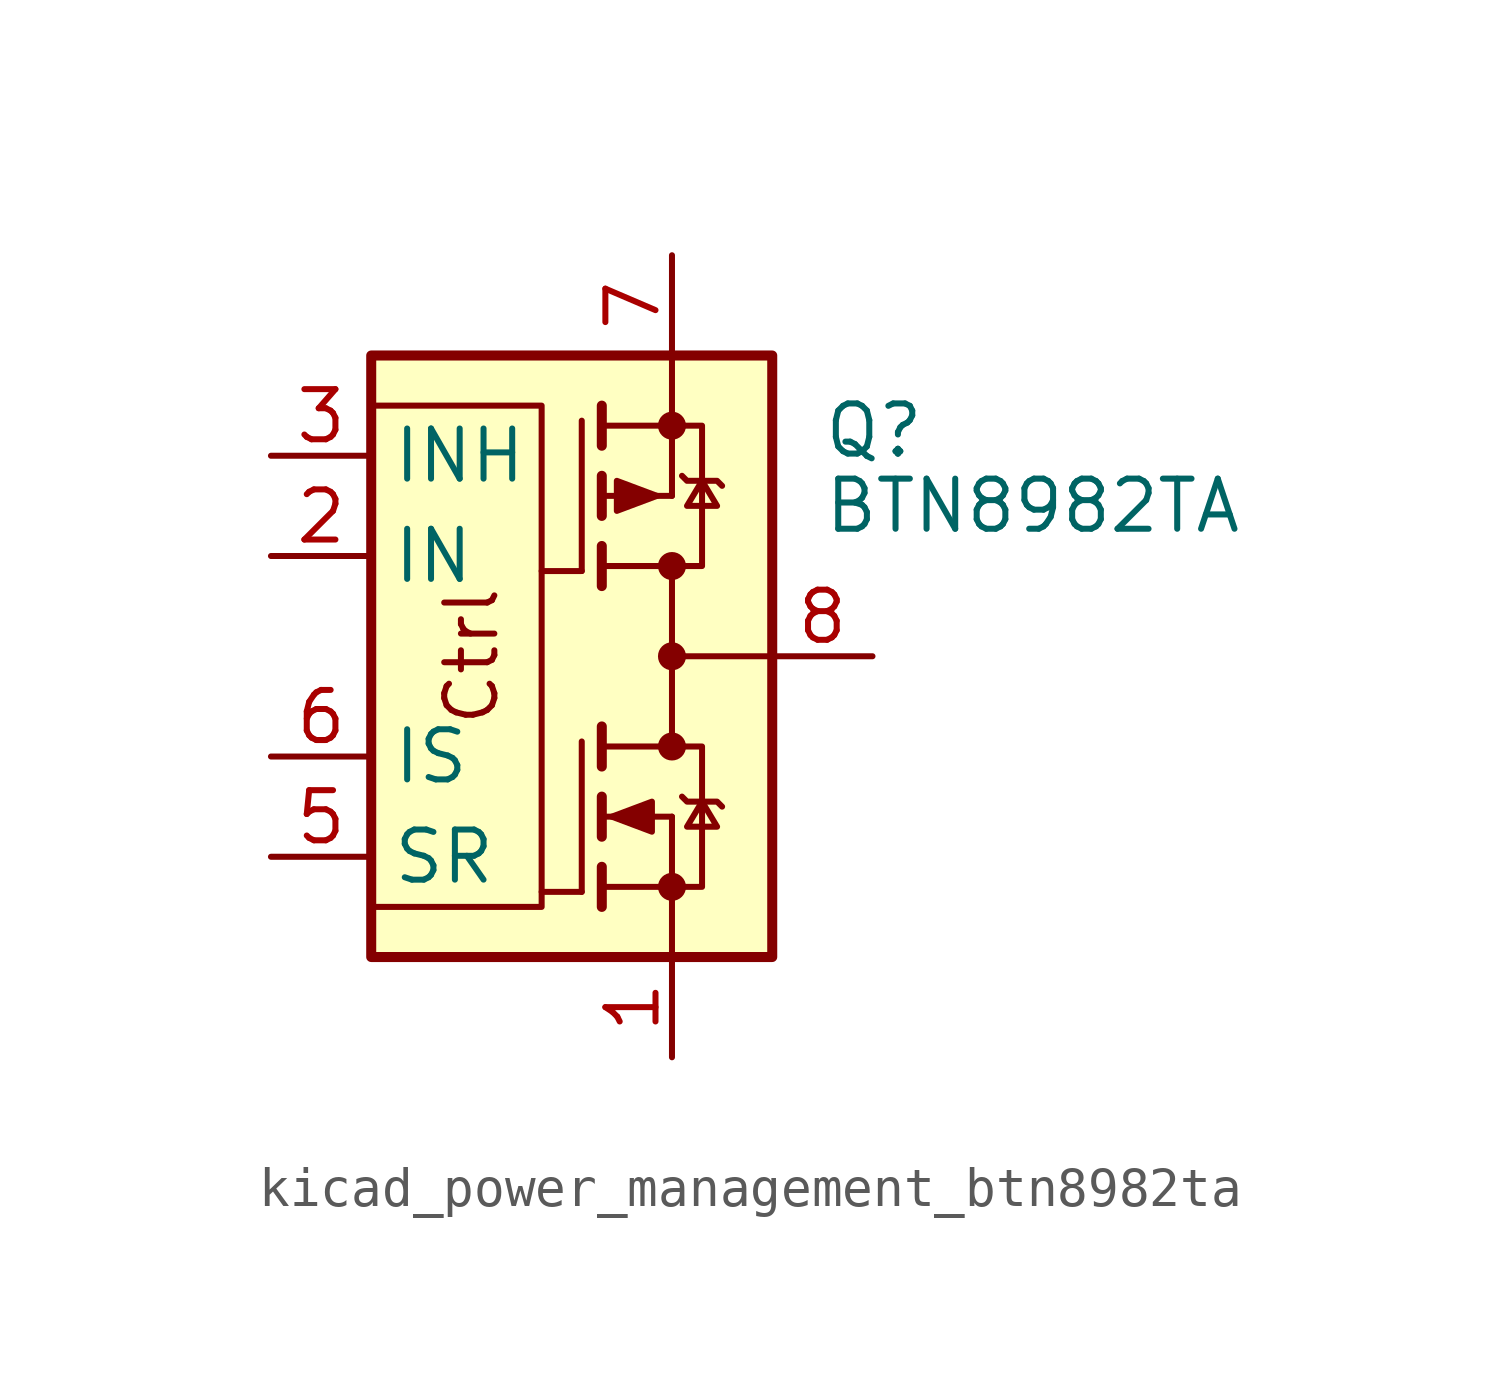
<source format=kicad_sym>
(kicad_symbol_lib
  (version 20220914)
  (generator kicad_symbol_editor)
  (symbol "kicad_power_management_btn8982ta"
    (property "Reference" "Q"
      (at 6.35 5.715 0)
      (effects (font (size 1.27 1.27)) (justify left)))
    (property "Value" "BTN8982TA"
      (at 6.35 3.81 0)
      (effects (font (size 1.27 1.27)) (justify left)))
    (symbol "kicad_power_management_btn8982ta_0_1"
      (rectangle (start -5.08 7.62) (end 5.08 -7.62) (stroke (width 0.254) (type default)) (fill (type background)))
      (polyline (pts (xy 0.254 -5.969) (xy -0.762 -5.969)) (stroke (width 0) (type default)) (fill (type none)))
      (polyline (pts (xy 0.254 2.159) (xy -0.762 2.159)) (stroke (width 0) (type default)) (fill (type none)))
      (polyline (pts (xy 2.54 0) (xy 5.08 0)) (stroke (width 0) (type default)) (fill (type none)))
      (polyline (pts (xy 2.54 2.286) (xy 2.54 -2.286)) (stroke (width 0) (type default)) (fill (type none)))
      (polyline (pts (xy 2.54 -5.842) (xy 2.54 -7.62) (xy 2.54 -6.858)) (stroke (width 0) (type default)) (fill (type none)))
      (polyline (pts (xy -5.08 6.35) (xy -0.762 6.35) (xy -0.762 -6.35) (xy -5.08 -6.35)) (stroke (width 0) (type default)) (fill (type none))))
    (symbol "kicad_power_management_btn8982ta_1_0"
      (text "Ctrl" (at -2.54 0 900) (effects (font (size 1.27 1.27)))))
    (symbol "kicad_power_management_btn8982ta_1_1"
      (polyline (pts (xy 0.762 -5.842) (xy 2.54 -5.842)) (stroke (width 0) (type default)) (fill (type none)))
      (polyline (pts (xy 0.762 -5.334) (xy 0.762 -6.35)) (stroke (width 0.254) (type default)) (fill (type none)))
      (polyline (pts (xy 0.762 -4.064) (xy 2.54 -4.064)) (stroke (width 0) (type default)) (fill (type none)))
      (polyline (pts (xy 0.762 -3.556) (xy 0.762 -4.572)) (stroke (width 0.254) (type default)) (fill (type none)))
      (polyline (pts (xy 0.762 -2.286) (xy 2.54 -2.286)) (stroke (width 0) (type default)) (fill (type none)))
      (polyline (pts (xy 0.762 -1.778) (xy 0.762 -2.794)) (stroke (width 0.254) (type default)) (fill (type none)))
      (polyline (pts (xy 0.762 2.286) (xy 2.54 2.286)) (stroke (width 0) (type default)) (fill (type none)))
      (polyline (pts (xy 0.762 2.794) (xy 0.762 1.778)) (stroke (width 0.254) (type default)) (fill (type none)))
      (polyline (pts (xy 0.762 4.064) (xy 2.54 4.064)) (stroke (width 0) (type default)) (fill (type none)))
      (polyline (pts (xy 0.762 4.572) (xy 0.762 3.556)) (stroke (width 0.254) (type default)) (fill (type none)))
      (polyline (pts (xy 0.762 5.842) (xy 2.54 5.842)) (stroke (width 0) (type default)) (fill (type none)))
      (polyline (pts (xy 0.762 6.35) (xy 0.762 5.334)) (stroke (width 0.254) (type default)) (fill (type none)))
      (polyline (pts (xy 2.54 -5.842) (xy 2.54 -4.064)) (stroke (width 0) (type default)) (fill (type none)))
      (polyline (pts (xy 2.54 4.064) (xy 2.54 5.842)) (stroke (width 0) (type default)) (fill (type none)))
      (polyline (pts (xy 2.54 7.62) (xy 2.54 5.842)) (stroke (width 0) (type default)) (fill (type none)))
      (polyline (pts (xy 0.254 -2.159) (xy 0.254 -5.969) (xy 0.254 -5.969)) (stroke (width 0) (type default)) (fill (type none)))
      (polyline (pts (xy 0.254 5.969) (xy 0.254 2.159) (xy 0.254 2.159)) (stroke (width 0) (type default)) (fill (type none)))
      (polyline (pts (xy 1.016 -4.064) (xy 2.032 -3.683) (xy 2.032 -4.445) (xy 1.016 -4.064)) (stroke (width 0) (type default)) (fill (type outline)))
      (polyline (pts (xy 2.159 4.064) (xy 1.143 3.683) (xy 1.143 4.445) (xy 2.159 4.064)) (stroke (width 0) (type default)) (fill (type outline)))
      (polyline (pts (xy 2.54 -5.842) (xy 3.302 -5.842) (xy 3.302 -2.286) (xy 2.54 -2.286)) (stroke (width 0) (type default)) (fill (type none)))
      (polyline (pts (xy 2.54 2.286) (xy 3.302 2.286) (xy 3.302 5.842) (xy 2.54 5.842)) (stroke (width 0) (type default)) (fill (type none)))
      (polyline (pts (xy 2.794 -3.556) (xy 2.921 -3.683) (xy 3.683 -3.683) (xy 3.81 -3.81)) (stroke (width 0) (type default)) (fill (type none)))
      (polyline (pts (xy 2.794 4.572) (xy 2.921 4.445) (xy 3.683 4.445) (xy 3.81 4.318)) (stroke (width 0) (type default)) (fill (type none)))
      (polyline (pts (xy 3.302 -3.683) (xy 2.921 -4.318) (xy 3.683 -4.318) (xy 3.302 -3.683)) (stroke (width 0) (type default)) (fill (type none)))
      (polyline (pts (xy 3.302 4.445) (xy 2.921 3.81) (xy 3.683 3.81) (xy 3.302 4.445)) (stroke (width 0) (type default)) (fill (type none)))
      (circle (center 2.54 -5.842) (radius 0.279) (stroke (width 0) (type default)) (fill (type outline)))
      (circle (center 2.54 -2.286) (radius 0.279) (stroke (width 0) (type default)) (fill (type outline)))
      (circle (center 2.54 0) (radius 0.279) (stroke (width 0) (type default)) (fill (type outline)))
      (circle (center 2.54 2.286) (radius 0.279) (stroke (width 0) (type default)) (fill (type outline)))
      (circle (center 2.54 5.842) (radius 0.279) (stroke (width 0) (type default)) (fill (type outline)))
      (pin power_in line (at 2.54 -10.16 90) (length 2.54) (name "~" (effects (font (size 1.27 1.27)))) (number "1" (effects (font (size 1.27 1.27)))))
      (pin input line (at -7.62 2.54 0) (length 2.54) (name "IN" (effects (font (size 1.27 1.27)))) (number "2" (effects (font (size 1.27 1.27)))))
      (pin input line (at -7.62 5.08 0) (length 2.54) (name "INH" (effects (font (size 1.27 1.27)))) (number "3" (effects (font (size 1.27 1.27)))))
      (pin passive line (at 7.62 0 180) (length 2.54) hide (name "~" (effects (font (size 1.27 1.27)))) (number "4" (effects (font (size 1.27 1.27)))))
      (pin input line (at -7.62 -5.08 0) (length 2.54) (name "SR" (effects (font (size 1.27 1.27)))) (number "5" (effects (font (size 1.27 1.27)))))
      (pin output line (at -7.62 -2.54 0) (length 2.54) (name "IS" (effects (font (size 1.27 1.27)))) (number "6" (effects (font (size 1.27 1.27)))))
      (pin power_in line (at 2.54 10.16 270) (length 2.54) (name "~" (effects (font (size 1.27 1.27)))) (number "7" (effects (font (size 1.27 1.27)))))
      (pin passive line (at 7.62 0 180) (length 2.54) (name "~" (effects (font (size 1.27 1.27)))) (number "8" (effects (font (size 1.27 1.27))))))))
</source>
